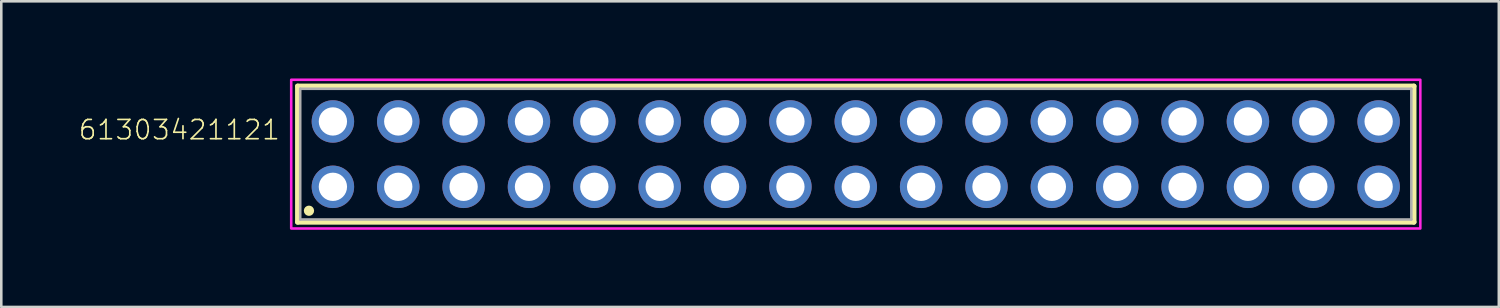
<source format=kicad_pcb>
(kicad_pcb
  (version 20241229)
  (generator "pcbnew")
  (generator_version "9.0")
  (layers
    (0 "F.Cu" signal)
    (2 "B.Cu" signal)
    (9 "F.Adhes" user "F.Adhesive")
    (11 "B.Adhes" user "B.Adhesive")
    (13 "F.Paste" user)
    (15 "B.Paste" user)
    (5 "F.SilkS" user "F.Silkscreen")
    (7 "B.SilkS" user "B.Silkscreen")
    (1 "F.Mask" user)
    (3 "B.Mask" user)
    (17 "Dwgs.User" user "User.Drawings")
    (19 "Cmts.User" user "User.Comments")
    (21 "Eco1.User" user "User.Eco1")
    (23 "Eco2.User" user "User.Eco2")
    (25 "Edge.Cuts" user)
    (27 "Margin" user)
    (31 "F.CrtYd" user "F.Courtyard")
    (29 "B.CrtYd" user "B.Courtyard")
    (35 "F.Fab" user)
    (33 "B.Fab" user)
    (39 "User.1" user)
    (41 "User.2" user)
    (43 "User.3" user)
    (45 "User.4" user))
  (footprint "61303421121"
    (layer "F.Cu")
    (at 30.207 2.94)
    (property "Reference" "61303421121" (at -22.328 -0.506 0) (unlocked yes) (layer "F.SilkS") (effects (font (size 0.748 0.748) (thickness 0.065)) (justify right bottom)))
    (fp_line (start -21.69 -2.64) (end 21.69 -2.64) (stroke (width 0.2) (type solid)) (layer "F.SilkS"))
    (fp_line (start -21.69 2.64) (end -21.69 -2.64) (stroke (width 0.2) (type solid)) (layer "F.SilkS"))
    (fp_line (start 21.69 -2.64) (end 21.69 2.64) (stroke (width 0.2) (type solid)) (layer "F.SilkS"))
    (fp_line (start 21.69 2.64) (end -21.69 2.64) (stroke (width 0.2) (type solid)) (layer "F.SilkS"))
    (fp_circle (center -21.25 2.2) (end -21.15 2.2) (stroke (width 0.2) (type solid)) (fill no) (layer "F.SilkS"))
    (fp_poly (pts (xy 21.94 2.89) (xy -21.94 2.89) (xy -21.94 -2.89) (xy 21.94 -2.89)) (stroke (width 0.1) (type default)) (fill no) (layer "F.CrtYd"))
    (fp_line (start -21.59 -2.54) (end 21.59 -2.54) (stroke (width 0.1) (type solid)) (layer "F.Fab"))
    (fp_line (start -21.59 2.54) (end -21.59 -2.54) (stroke (width 0.1) (type solid)) (layer "F.Fab"))
    (fp_line (start 21.59 -2.54) (end 21.59 2.54) (stroke (width 0.1) (type solid)) (layer "F.Fab"))
    (fp_line (start 21.59 2.54) (end -21.59 2.54) (stroke (width 0.1) (type solid)) (layer "F.Fab"))
    (pad "1" thru_hole circle (at -20.32 1.27 90) (size 1.65 1.65) (drill 1.1) (layers "*.Cu" "*.Mask"))
    (pad "2" thru_hole circle (at -20.32 -1.27 270) (size 1.65 1.65) (drill 1.1) (layers "*.Cu" "*.Mask"))
    (pad "3" thru_hole circle (at -17.78 1.27 90) (size 1.65 1.65) (drill 1.1) (layers "*.Cu" "*.Mask"))
    (pad "4" thru_hole circle (at -17.78 -1.27 270) (size 1.65 1.65) (drill 1.1) (layers "*.Cu" "*.Mask"))
    (pad "5" thru_hole circle (at -15.24 1.27 90) (size 1.65 1.65) (drill 1.1) (layers "*.Cu" "*.Mask"))
    (pad "6" thru_hole circle (at -15.24 -1.27 270) (size 1.65 1.65) (drill 1.1) (layers "*.Cu" "*.Mask"))
    (pad "7" thru_hole circle (at -12.7 1.27 90) (size 1.65 1.65) (drill 1.1) (layers "*.Cu" "*.Mask"))
    (pad "8" thru_hole circle (at -12.7 -1.27 270) (size 1.65 1.65) (drill 1.1) (layers "*.Cu" "*.Mask"))
    (pad "9" thru_hole circle (at -10.16 1.27 90) (size 1.65 1.65) (drill 1.1) (layers "*.Cu" "*.Mask"))
    (pad "10" thru_hole circle (at -10.16 -1.27 270) (size 1.65 1.65) (drill 1.1) (layers "*.Cu" "*.Mask"))
    (pad "11" thru_hole circle (at -7.62 1.27 90) (size 1.65 1.65) (drill 1.1) (layers "*.Cu" "*.Mask"))
    (pad "12" thru_hole circle (at -7.62 -1.27 270) (size 1.65 1.65) (drill 1.1) (layers "*.Cu" "*.Mask"))
    (pad "13" thru_hole circle (at -5.08 1.27 90) (size 1.65 1.65) (drill 1.1) (layers "*.Cu" "*.Mask"))
    (pad "14" thru_hole circle (at -5.08 -1.27 270) (size 1.65 1.65) (drill 1.1) (layers "*.Cu" "*.Mask"))
    (pad "15" thru_hole circle (at -2.54 1.27 90) (size 1.65 1.65) (drill 1.1) (layers "*.Cu" "*.Mask"))
    (pad "16" thru_hole circle (at -2.54 -1.27 270) (size 1.65 1.65) (drill 1.1) (layers "*.Cu" "*.Mask"))
    (pad "17" thru_hole circle (at 0 1.27 90) (size 1.65 1.65) (drill 1.1) (layers "*.Cu" "*.Mask"))
    (pad "18" thru_hole circle (at 0 -1.27 270) (size 1.65 1.65) (drill 1.1) (layers "*.Cu" "*.Mask"))
    (pad "19" thru_hole circle (at 2.54 1.27 90) (size 1.65 1.65) (drill 1.1) (layers "*.Cu" "*.Mask"))
    (pad "20" thru_hole circle (at 2.54 -1.27 270) (size 1.65 1.65) (drill 1.1) (layers "*.Cu" "*.Mask"))
    (pad "21" thru_hole circle (at 5.08 1.27 90) (size 1.65 1.65) (drill 1.1) (layers "*.Cu" "*.Mask"))
    (pad "22" thru_hole circle (at 5.08 -1.27 270) (size 1.65 1.65) (drill 1.1) (layers "*.Cu" "*.Mask"))
    (pad "23" thru_hole circle (at 7.62 1.27 90) (size 1.65 1.65) (drill 1.1) (layers "*.Cu" "*.Mask"))
    (pad "24" thru_hole circle (at 7.62 -1.27 270) (size 1.65 1.65) (drill 1.1) (layers "*.Cu" "*.Mask"))
    (pad "25" thru_hole circle (at 10.16 1.27 90) (size 1.65 1.65) (drill 1.1) (layers "*.Cu" "*.Mask"))
    (pad "26" thru_hole circle (at 10.16 -1.27 270) (size 1.65 1.65) (drill 1.1) (layers "*.Cu" "*.Mask"))
    (pad "27" thru_hole circle (at 12.7 1.27 90) (size 1.65 1.65) (drill 1.1) (layers "*.Cu" "*.Mask"))
    (pad "28" thru_hole circle (at 12.7 -1.27 270) (size 1.65 1.65) (drill 1.1) (layers "*.Cu" "*.Mask"))
    (pad "29" thru_hole circle (at 15.24 1.27 90) (size 1.65 1.65) (drill 1.1) (layers "*.Cu" "*.Mask"))
    (pad "30" thru_hole circle (at 15.24 -1.27 270) (size 1.65 1.65) (drill 1.1) (layers "*.Cu" "*.Mask"))
    (pad "31" thru_hole circle (at 17.78 1.27 90) (size 1.65 1.65) (drill 1.1) (layers "*.Cu" "*.Mask"))
    (pad "32" thru_hole circle (at 17.78 -1.27 270) (size 1.65 1.65) (drill 1.1) (layers "*.Cu" "*.Mask"))
    (pad "33" thru_hole circle (at 20.32 1.27 90) (size 1.65 1.65) (drill 1.1) (layers "*.Cu" "*.Mask"))
    (pad "34" thru_hole circle (at 20.32 -1.27 270) (size 1.65 1.65) (drill 1.1) (layers "*.Cu" "*.Mask")))
  (gr_rect
    (start -3 -3)
    (end 55.197 8.88)
    (stroke (width 0.1) (type default))
    (fill no)
    (layer "Edge.Cuts")))
</source>
